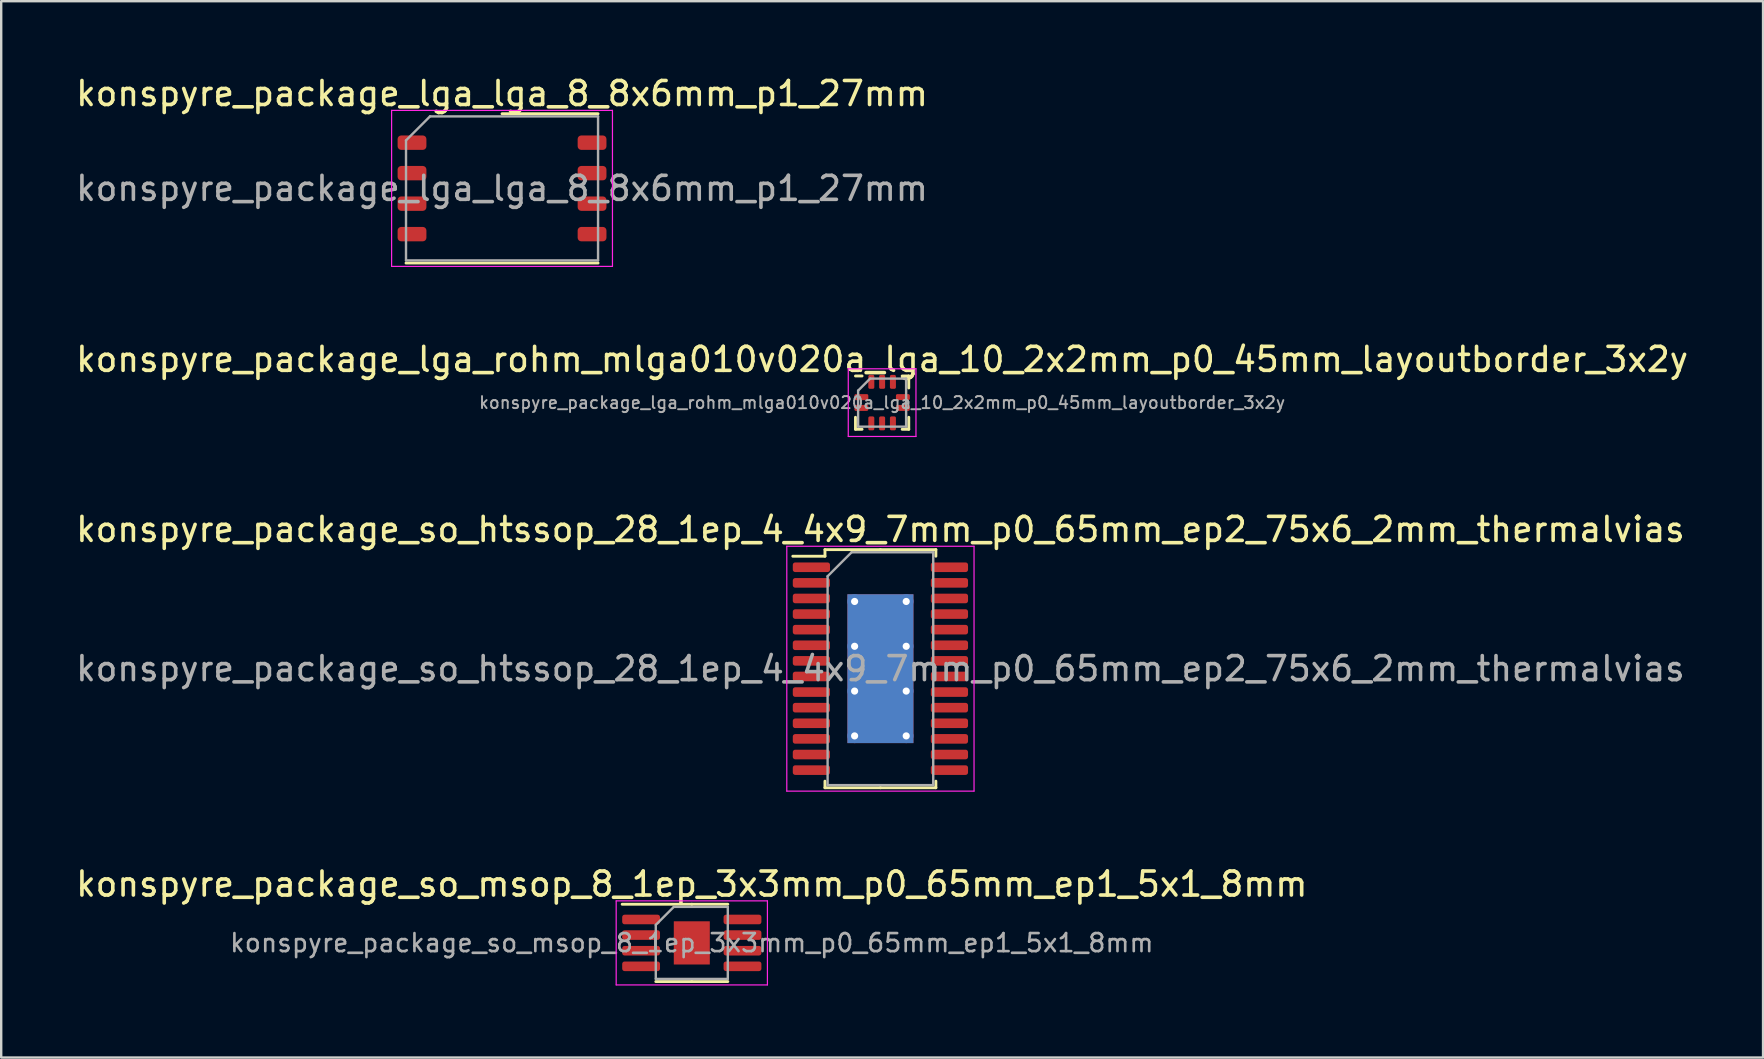
<source format=kicad_pcb>
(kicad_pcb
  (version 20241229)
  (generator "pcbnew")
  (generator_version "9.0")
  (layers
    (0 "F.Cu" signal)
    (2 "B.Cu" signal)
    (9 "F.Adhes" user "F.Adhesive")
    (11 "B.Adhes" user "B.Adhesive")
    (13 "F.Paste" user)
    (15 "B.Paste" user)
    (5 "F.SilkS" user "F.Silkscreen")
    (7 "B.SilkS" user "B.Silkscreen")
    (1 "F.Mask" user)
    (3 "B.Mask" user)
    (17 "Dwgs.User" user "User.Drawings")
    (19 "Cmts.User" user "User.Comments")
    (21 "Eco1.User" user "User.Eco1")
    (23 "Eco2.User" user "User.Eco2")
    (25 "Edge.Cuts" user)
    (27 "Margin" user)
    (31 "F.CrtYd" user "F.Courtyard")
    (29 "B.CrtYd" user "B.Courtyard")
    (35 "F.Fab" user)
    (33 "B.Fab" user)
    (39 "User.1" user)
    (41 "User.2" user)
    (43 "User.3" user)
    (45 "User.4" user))
  (footprint "konspyre_package_lga_lga_8_8x6mm_p1_27mm"
    (layer "F.Cu")
    (at 17.863 4.798)
    (property "Reference" "konspyre_package_lga_lga_8_8x6mm_p1_27mm" (at 0 -3.95 0) (layer "F.SilkS") (effects (font (size 1 1) (thickness 0.15))))
    (attr smd)
    (fp_line (start -4 3.11) (end 4 3.11) (stroke (width 0.12) (type solid)) (layer "F.SilkS"))
    (fp_line (start 0 -3.11) (end 4 -3.11) (stroke (width 0.12) (type solid)) (layer "F.SilkS"))
    (fp_line (start -4.6 -3.25) (end -4.6 3.25) (stroke (width 0.05) (type solid)) (layer "F.CrtYd"))
    (fp_line (start -4.6 3.25) (end 4.6 3.25) (stroke (width 0.05) (type solid)) (layer "F.CrtYd"))
    (fp_line (start 4.6 -3.25) (end -4.6 -3.25) (stroke (width 0.05) (type solid)) (layer "F.CrtYd"))
    (fp_line (start 4.6 3.25) (end 4.6 -3.25) (stroke (width 0.05) (type solid)) (layer "F.CrtYd"))
    (fp_line (start -4 -2) (end -3 -3) (stroke (width 0.1) (type solid)) (layer "F.Fab"))
    (fp_line (start -4 3) (end -4 -2) (stroke (width 0.1) (type solid)) (layer "F.Fab"))
    (fp_line (start -3 -3) (end 4 -3) (stroke (width 0.1) (type solid)) (layer "F.Fab"))
    (fp_line (start 4 -3) (end 4 3) (stroke (width 0.1) (type solid)) (layer "F.Fab"))
    (fp_line (start 4 3) (end -4 3) (stroke (width 0.1) (type solid)) (layer "F.Fab"))
    (fp_text user "${REFERENCE}" (at 0 0 0) (layer "F.Fab") (effects (font (size 1 1) (thickness 0.15))))
    (pad "1" smd roundrect (at -3.75 -1.905) (size 1.2 0.6) (layers "F.Cu" "F.Mask" "F.Paste") (roundrect_rratio 0.25))
    (pad "2" smd roundrect (at -3.75 -0.635) (size 1.2 0.6) (layers "F.Cu" "F.Mask" "F.Paste") (roundrect_rratio 0.25))
    (pad "3" smd roundrect (at -3.75 0.635) (size 1.2 0.6) (layers "F.Cu" "F.Mask" "F.Paste") (roundrect_rratio 0.25))
    (pad "4" smd roundrect (at -3.75 1.905) (size 1.2 0.6) (layers "F.Cu" "F.Mask" "F.Paste") (roundrect_rratio 0.25))
    (pad "5" smd roundrect (at 3.75 1.905) (size 1.2 0.6) (layers "F.Cu" "F.Mask" "F.Paste") (roundrect_rratio 0.25))
    (pad "6" smd roundrect (at 3.75 0.635) (size 1.2 0.6) (layers "F.Cu" "F.Mask" "F.Paste") (roundrect_rratio 0.25))
    (pad "7" smd roundrect (at 3.75 -0.635) (size 1.2 0.6) (layers "F.Cu" "F.Mask" "F.Paste") (roundrect_rratio 0.25))
    (pad "8" smd roundrect (at 3.75 -1.905) (size 1.2 0.6) (layers "F.Cu" "F.Mask" "F.Paste") (roundrect_rratio 0.25)))
  (footprint "konspyre_package_so_msop_8_1ep_3x3mm_p0_65mm_ep1_5x1_8mm"
    (layer "F.Cu")
    (at 25.768 36.228)
    (property "Reference" "konspyre_package_so_msop_8_1ep_3x3mm_p0_65mm_ep1_5x1_8mm" (at 0 -2.45 0) (layer "F.SilkS") (effects (font (size 1 1) (thickness 0.15))))
    (attr smd)
    (fp_line (start 0 -1.61) (end -2.9 -1.61) (stroke (width 0.12) (type solid)) (layer "F.SilkS"))
    (fp_line (start 0 -1.61) (end 1.5 -1.61) (stroke (width 0.12) (type solid)) (layer "F.SilkS"))
    (fp_line (start 0 1.61) (end -1.5 1.61) (stroke (width 0.12) (type solid)) (layer "F.SilkS"))
    (fp_line (start 0 1.61) (end 1.5 1.61) (stroke (width 0.12) (type solid)) (layer "F.SilkS"))
    (fp_line (start -3.15 -1.75) (end -3.15 1.75) (stroke (width 0.05) (type solid)) (layer "F.CrtYd"))
    (fp_line (start -3.15 1.75) (end 3.15 1.75) (stroke (width 0.05) (type solid)) (layer "F.CrtYd"))
    (fp_line (start 3.15 -1.75) (end -3.15 -1.75) (stroke (width 0.05) (type solid)) (layer "F.CrtYd"))
    (fp_line (start 3.15 1.75) (end 3.15 -1.75) (stroke (width 0.05) (type solid)) (layer "F.CrtYd"))
    (fp_line (start -1.5 -0.75) (end -0.75 -1.5) (stroke (width 0.1) (type solid)) (layer "F.Fab"))
    (fp_line (start -1.5 1.5) (end -1.5 -0.75) (stroke (width 0.1) (type solid)) (layer "F.Fab"))
    (fp_line (start -0.75 -1.5) (end 1.5 -1.5) (stroke (width 0.1) (type solid)) (layer "F.Fab"))
    (fp_line (start 1.5 -1.5) (end 1.5 1.5) (stroke (width 0.1) (type solid)) (layer "F.Fab"))
    (fp_line (start 1.5 1.5) (end -1.5 1.5) (stroke (width 0.1) (type solid)) (layer "F.Fab"))
    (fp_text user "${REFERENCE}" (at 0 0 0) (layer "F.Fab") (effects (font (size 0.75 0.75) (thickness 0.11))))
    (pad "" smd roundrect (at -0.375 -0.45) (size 0.6 0.73) (layers "F.Paste") (roundrect_rratio 0.25))
    (pad "" smd roundrect (at -0.375 0.45) (size 0.6 0.73) (layers "F.Paste") (roundrect_rratio 0.25))
    (pad "" smd roundrect (at 0.375 -0.45) (size 0.6 0.73) (layers "F.Paste") (roundrect_rratio 0.25))
    (pad "" smd roundrect (at 0.375 0.45) (size 0.6 0.73) (layers "F.Paste") (roundrect_rratio 0.25))
    (pad "1" smd roundrect (at -2.112 -0.975) (size 1.575 0.4) (layers "F.Cu" "F.Mask" "F.Paste") (roundrect_rratio 0.25))
    (pad "2" smd roundrect (at -2.112 -0.325) (size 1.575 0.4) (layers "F.Cu" "F.Mask" "F.Paste") (roundrect_rratio 0.25))
    (pad "3" smd roundrect (at -2.112 0.325) (size 1.575 0.4) (layers "F.Cu" "F.Mask" "F.Paste") (roundrect_rratio 0.25))
    (pad "4" smd roundrect (at -2.112 0.975) (size 1.575 0.4) (layers "F.Cu" "F.Mask" "F.Paste") (roundrect_rratio 0.25))
    (pad "5" smd roundrect (at 2.112 0.975) (size 1.575 0.4) (layers "F.Cu" "F.Mask" "F.Paste") (roundrect_rratio 0.25))
    (pad "6" smd roundrect (at 2.112 0.325) (size 1.575 0.4) (layers "F.Cu" "F.Mask" "F.Paste") (roundrect_rratio 0.25))
    (pad "7" smd roundrect (at 2.112 -0.325) (size 1.575 0.4) (layers "F.Cu" "F.Mask" "F.Paste") (roundrect_rratio 0.25))
    (pad "8" smd roundrect (at 2.112 -0.975) (size 1.575 0.4) (layers "F.Cu" "F.Mask" "F.Paste") (roundrect_rratio 0.25))
    (pad "9" smd rect (at 0 0) (size 1.5 1.8) (layers "F.Cu" "F.Mask")))
  (footprint "konspyre_package_so_htssop_28_1ep_4_4x9_7mm_p0_65mm_ep2_75x6_2mm_thermalvias"
    (layer "F.Cu")
    (at 33.625 24.805)
    (property "Reference" "konspyre_package_so_htssop_28_1ep_4_4x9_7mm_p0_65mm_ep2_75x6_2mm_thermalvias" (at 0 -5.8 0) (layer "F.SilkS") (effects (font (size 1 1) (thickness 0.15))))
    (attr smd)
    (fp_line (start -2.31 -4.96) (end -2.31 -4.685) (stroke (width 0.12) (type solid)) (layer "F.SilkS"))
    (fp_line (start -2.31 -4.685) (end -3.65 -4.685) (stroke (width 0.12) (type solid)) (layer "F.SilkS"))
    (fp_line (start -2.31 4.96) (end -2.31 4.685) (stroke (width 0.12) (type solid)) (layer "F.SilkS"))
    (fp_line (start 0 -4.96) (end -2.31 -4.96) (stroke (width 0.12) (type solid)) (layer "F.SilkS"))
    (fp_line (start 0 -4.96) (end 2.31 -4.96) (stroke (width 0.12) (type solid)) (layer "F.SilkS"))
    (fp_line (start 0 4.96) (end -2.31 4.96) (stroke (width 0.12) (type solid)) (layer "F.SilkS"))
    (fp_line (start 0 4.96) (end 2.31 4.96) (stroke (width 0.12) (type solid)) (layer "F.SilkS"))
    (fp_line (start 2.31 -4.96) (end 2.31 -4.685) (stroke (width 0.12) (type solid)) (layer "F.SilkS"))
    (fp_line (start 2.31 4.96) (end 2.31 4.685) (stroke (width 0.12) (type solid)) (layer "F.SilkS"))
    (fp_line (start -3.9 -5.1) (end -3.9 5.1) (stroke (width 0.05) (type solid)) (layer "F.CrtYd"))
    (fp_line (start -3.9 5.1) (end 3.9 5.1) (stroke (width 0.05) (type solid)) (layer "F.CrtYd"))
    (fp_line (start 3.9 -5.1) (end -3.9 -5.1) (stroke (width 0.05) (type solid)) (layer "F.CrtYd"))
    (fp_line (start 3.9 5.1) (end 3.9 -5.1) (stroke (width 0.05) (type solid)) (layer "F.CrtYd"))
    (fp_line (start -2.2 -3.85) (end -1.2 -4.85) (stroke (width 0.1) (type solid)) (layer "F.Fab"))
    (fp_line (start -2.2 4.85) (end -2.2 -3.85) (stroke (width 0.1) (type solid)) (layer "F.Fab"))
    (fp_line (start -1.2 -4.85) (end 2.2 -4.85) (stroke (width 0.1) (type solid)) (layer "F.Fab"))
    (fp_line (start 2.2 -4.85) (end 2.2 4.85) (stroke (width 0.1) (type solid)) (layer "F.Fab"))
    (fp_line (start 2.2 4.85) (end -2.2 4.85) (stroke (width 0.1) (type solid)) (layer "F.Fab"))
    (fp_text user "${REFERENCE}" (at 0 0 0) (layer "F.Fab") (effects (font (size 1 1) (thickness 0.15))))
    (pad "" smd roundrect (at 0 -2.07) (size 2.22 1.67) (layers "F.Paste") (roundrect_rratio 0.15))
    (pad "" smd roundrect (at 0 0) (size 2.22 1.67) (layers "F.Paste") (roundrect_rratio 0.15))
    (pad "" smd roundrect (at 0 2.07) (size 2.22 1.67) (layers "F.Paste") (roundrect_rratio 0.15))
    (pad "1" smd roundrect (at -2.875 -4.225) (size 1.55 0.4) (layers "F.Cu" "F.Mask" "F.Paste") (roundrect_rratio 0.25))
    (pad "2" smd roundrect (at -2.875 -3.575) (size 1.55 0.4) (layers "F.Cu" "F.Mask" "F.Paste") (roundrect_rratio 0.25))
    (pad "3" smd roundrect (at -2.875 -2.925) (size 1.55 0.4) (layers "F.Cu" "F.Mask" "F.Paste") (roundrect_rratio 0.25))
    (pad "4" smd roundrect (at -2.875 -2.275) (size 1.55 0.4) (layers "F.Cu" "F.Mask" "F.Paste") (roundrect_rratio 0.25))
    (pad "5" smd roundrect (at -2.875 -1.625) (size 1.55 0.4) (layers "F.Cu" "F.Mask" "F.Paste") (roundrect_rratio 0.25))
    (pad "6" smd roundrect (at -2.875 -0.975) (size 1.55 0.4) (layers "F.Cu" "F.Mask" "F.Paste") (roundrect_rratio 0.25))
    (pad "7" smd roundrect (at -2.875 -0.325) (size 1.55 0.4) (layers "F.Cu" "F.Mask" "F.Paste") (roundrect_rratio 0.25))
    (pad "8" smd roundrect (at -2.875 0.325) (size 1.55 0.4) (layers "F.Cu" "F.Mask" "F.Paste") (roundrect_rratio 0.25))
    (pad "9" smd roundrect (at -2.875 0.975) (size 1.55 0.4) (layers "F.Cu" "F.Mask" "F.Paste") (roundrect_rratio 0.25))
    (pad "10" smd roundrect (at -2.875 1.625) (size 1.55 0.4) (layers "F.Cu" "F.Mask" "F.Paste") (roundrect_rratio 0.25))
    (pad "11" smd roundrect (at -2.875 2.275) (size 1.55 0.4) (layers "F.Cu" "F.Mask" "F.Paste") (roundrect_rratio 0.25))
    (pad "12" smd roundrect (at -2.875 2.925) (size 1.55 0.4) (layers "F.Cu" "F.Mask" "F.Paste") (roundrect_rratio 0.25))
    (pad "13" smd roundrect (at -2.875 3.575) (size 1.55 0.4) (layers "F.Cu" "F.Mask" "F.Paste") (roundrect_rratio 0.25))
    (pad "14" smd roundrect (at -2.875 4.225) (size 1.55 0.4) (layers "F.Cu" "F.Mask" "F.Paste") (roundrect_rratio 0.25))
    (pad "15" smd roundrect (at 2.875 4.225) (size 1.55 0.4) (layers "F.Cu" "F.Mask" "F.Paste") (roundrect_rratio 0.25))
    (pad "16" smd roundrect (at 2.875 3.575) (size 1.55 0.4) (layers "F.Cu" "F.Mask" "F.Paste") (roundrect_rratio 0.25))
    (pad "17" smd roundrect (at 2.875 2.925) (size 1.55 0.4) (layers "F.Cu" "F.Mask" "F.Paste") (roundrect_rratio 0.25))
    (pad "18" smd roundrect (at 2.875 2.275) (size 1.55 0.4) (layers "F.Cu" "F.Mask" "F.Paste") (roundrect_rratio 0.25))
    (pad "19" smd roundrect (at 2.875 1.625) (size 1.55 0.4) (layers "F.Cu" "F.Mask" "F.Paste") (roundrect_rratio 0.25))
    (pad "20" smd roundrect (at 2.875 0.975) (size 1.55 0.4) (layers "F.Cu" "F.Mask" "F.Paste") (roundrect_rratio 0.25))
    (pad "21" smd roundrect (at 2.875 0.325) (size 1.55 0.4) (layers "F.Cu" "F.Mask" "F.Paste") (roundrect_rratio 0.25))
    (pad "22" smd roundrect (at 2.875 -0.325) (size 1.55 0.4) (layers "F.Cu" "F.Mask" "F.Paste") (roundrect_rratio 0.25))
    (pad "23" smd roundrect (at 2.875 -0.975) (size 1.55 0.4) (layers "F.Cu" "F.Mask" "F.Paste") (roundrect_rratio 0.25))
    (pad "24" smd roundrect (at 2.875 -1.625) (size 1.55 0.4) (layers "F.Cu" "F.Mask" "F.Paste") (roundrect_rratio 0.25))
    (pad "25" smd roundrect (at 2.875 -2.275) (size 1.55 0.4) (layers "F.Cu" "F.Mask" "F.Paste") (roundrect_rratio 0.25))
    (pad "26" smd roundrect (at 2.875 -2.925) (size 1.55 0.4) (layers "F.Cu" "F.Mask" "F.Paste") (roundrect_rratio 0.25))
    (pad "27" smd roundrect (at 2.875 -3.575) (size 1.55 0.4) (layers "F.Cu" "F.Mask" "F.Paste") (roundrect_rratio 0.25))
    (pad "28" smd roundrect (at 2.875 -4.225) (size 1.55 0.4) (layers "F.Cu" "F.Mask" "F.Paste") (roundrect_rratio 0.25))
    (pad "29" thru_hole circle (at -1.075 -2.8) (size 0.6 0.6) (drill 0.3) (layers "*.Cu"))
    (pad "29" thru_hole circle (at -1.075 -0.933) (size 0.6 0.6) (drill 0.3) (layers "*.Cu"))
    (pad "29" thru_hole circle (at -1.075 0.933) (size 0.6 0.6) (drill 0.3) (layers "*.Cu"))
    (pad "29" thru_hole circle (at -1.075 2.8) (size 0.6 0.6) (drill 0.3) (layers "*.Cu"))
    (pad "29" smd rect (at 0 0) (size 2.75 6.2) (layers "F.Cu" "F.Mask"))
    (pad "29" smd rect (at 0 0) (size 2.75 6.2) (layers "B.Cu"))
    (pad "29" thru_hole circle (at 1.075 -2.8) (size 0.6 0.6) (drill 0.3) (layers "*.Cu"))
    (pad "29" thru_hole circle (at 1.075 -0.933) (size 0.6 0.6) (drill 0.3) (layers "*.Cu"))
    (pad "29" thru_hole circle (at 1.075 0.933) (size 0.6 0.6) (drill 0.3) (layers "*.Cu"))
    (pad "29" thru_hole circle (at 1.075 2.8) (size 0.6 0.6) (drill 0.3) (layers "*.Cu")))
  (footprint "konspyre_package_lga_rohm_mlga010v020a_lga_10_2x2mm_p0_45mm_layoutborder_3x2y"
    (layer "F.Cu")
    (at 33.696 13.722)
    (property "Reference" "konspyre_package_lga_rohm_mlga010v020a_lga_10_2x2mm_p0_45mm_layoutborder_3x2y" (at 0 -1.8 0) (layer "F.SilkS") (effects (font (size 1 1) (thickness 0.15))))
    (attr smd)
    (fp_line (start -1.11 1.11) (end -1.11 0.61) (stroke (width 0.12) (type solid)) (layer "F.SilkS"))
    (fp_line (start -0.835 -1.11) (end -1.11 -1.11) (stroke (width 0.12) (type solid)) (layer "F.SilkS"))
    (fp_line (start -0.835 1.11) (end -1.11 1.11) (stroke (width 0.12) (type solid)) (layer "F.SilkS"))
    (fp_line (start 0.835 -1.11) (end 1.11 -1.11) (stroke (width 0.12) (type solid)) (layer "F.SilkS"))
    (fp_line (start 0.835 1.11) (end 1.11 1.11) (stroke (width 0.12) (type solid)) (layer "F.SilkS"))
    (fp_line (start 1.11 -1.11) (end 1.11 -0.61) (stroke (width 0.12) (type solid)) (layer "F.SilkS"))
    (fp_line (start 1.11 1.11) (end 1.11 0.61) (stroke (width 0.12) (type solid)) (layer "F.SilkS"))
    (fp_line (start -1.41 -1.41) (end -1.41 1.41) (stroke (width 0.05) (type solid)) (layer "F.CrtYd"))
    (fp_line (start -1.41 1.41) (end 1.41 1.41) (stroke (width 0.05) (type solid)) (layer "F.CrtYd"))
    (fp_line (start 1.41 -1.41) (end -1.41 -1.41) (stroke (width 0.05) (type solid)) (layer "F.CrtYd"))
    (fp_line (start 1.41 1.41) (end 1.41 -1.41) (stroke (width 0.05) (type solid)) (layer "F.CrtYd"))
    (fp_line (start -1 -0.5) (end -0.5 -1) (stroke (width 0.1) (type solid)) (layer "F.Fab"))
    (fp_line (start -1 1) (end -1 -0.5) (stroke (width 0.1) (type solid)) (layer "F.Fab"))
    (fp_line (start -0.5 -1) (end 1 -1) (stroke (width 0.1) (type solid)) (layer "F.Fab"))
    (fp_line (start 1 -1) (end 1 1) (stroke (width 0.1) (type solid)) (layer "F.Fab"))
    (fp_line (start 1 1) (end -1 1) (stroke (width 0.1) (type solid)) (layer "F.Fab"))
    (fp_text user "${REFERENCE}" (at 0 0 0) (layer "F.Fab") (effects (font (size 0.5 0.5) (thickness 0.08))))
    (pad "1" smd roundrect (at -0.865 -0.23) (size 0.58 0.25) (layers "F.Cu" "F.Mask" "F.Paste") (roundrect_rratio 0.25))
    (pad "2" smd roundrect (at -0.865 0.22) (size 0.58 0.25) (layers "F.Cu" "F.Mask" "F.Paste") (roundrect_rratio 0.25))
    (pad "3" smd roundrect (at -0.45 0.865) (size 0.25 0.58) (layers "F.Cu" "F.Mask" "F.Paste") (roundrect_rratio 0.25))
    (pad "4" smd roundrect (at 0 0.865) (size 0.25 0.58) (layers "F.Cu" "F.Mask" "F.Paste") (roundrect_rratio 0.25))
    (pad "5" smd roundrect (at 0.45 0.865) (size 0.25 0.58) (layers "F.Cu" "F.Mask" "F.Paste") (roundrect_rratio 0.25))
    (pad "6" smd roundrect (at 0.865 0.22) (size 0.58 0.25) (layers "F.Cu" "F.Mask" "F.Paste") (roundrect_rratio 0.25))
    (pad "7" smd roundrect (at 0.865 -0.23) (size 0.58 0.25) (layers "F.Cu" "F.Mask" "F.Paste") (roundrect_rratio 0.25))
    (pad "8" smd roundrect (at 0.45 -0.865) (size 0.25 0.58) (layers "F.Cu" "F.Mask" "F.Paste") (roundrect_rratio 0.25))
    (pad "9" smd roundrect (at 0 -0.865) (size 0.25 0.58) (layers "F.Cu" "F.Mask" "F.Paste") (roundrect_rratio 0.25))
    (pad "10" smd roundrect (at -0.45 -0.865) (size 0.25 0.58) (layers "F.Cu" "F.Mask" "F.Paste") (roundrect_rratio 0.25)))
  (gr_rect
    (start -3 -3)
    (end 70.393 41.003)
    (stroke (width 0.1) (type default))
    (fill no)
    (layer "Edge.Cuts")))
</source>
